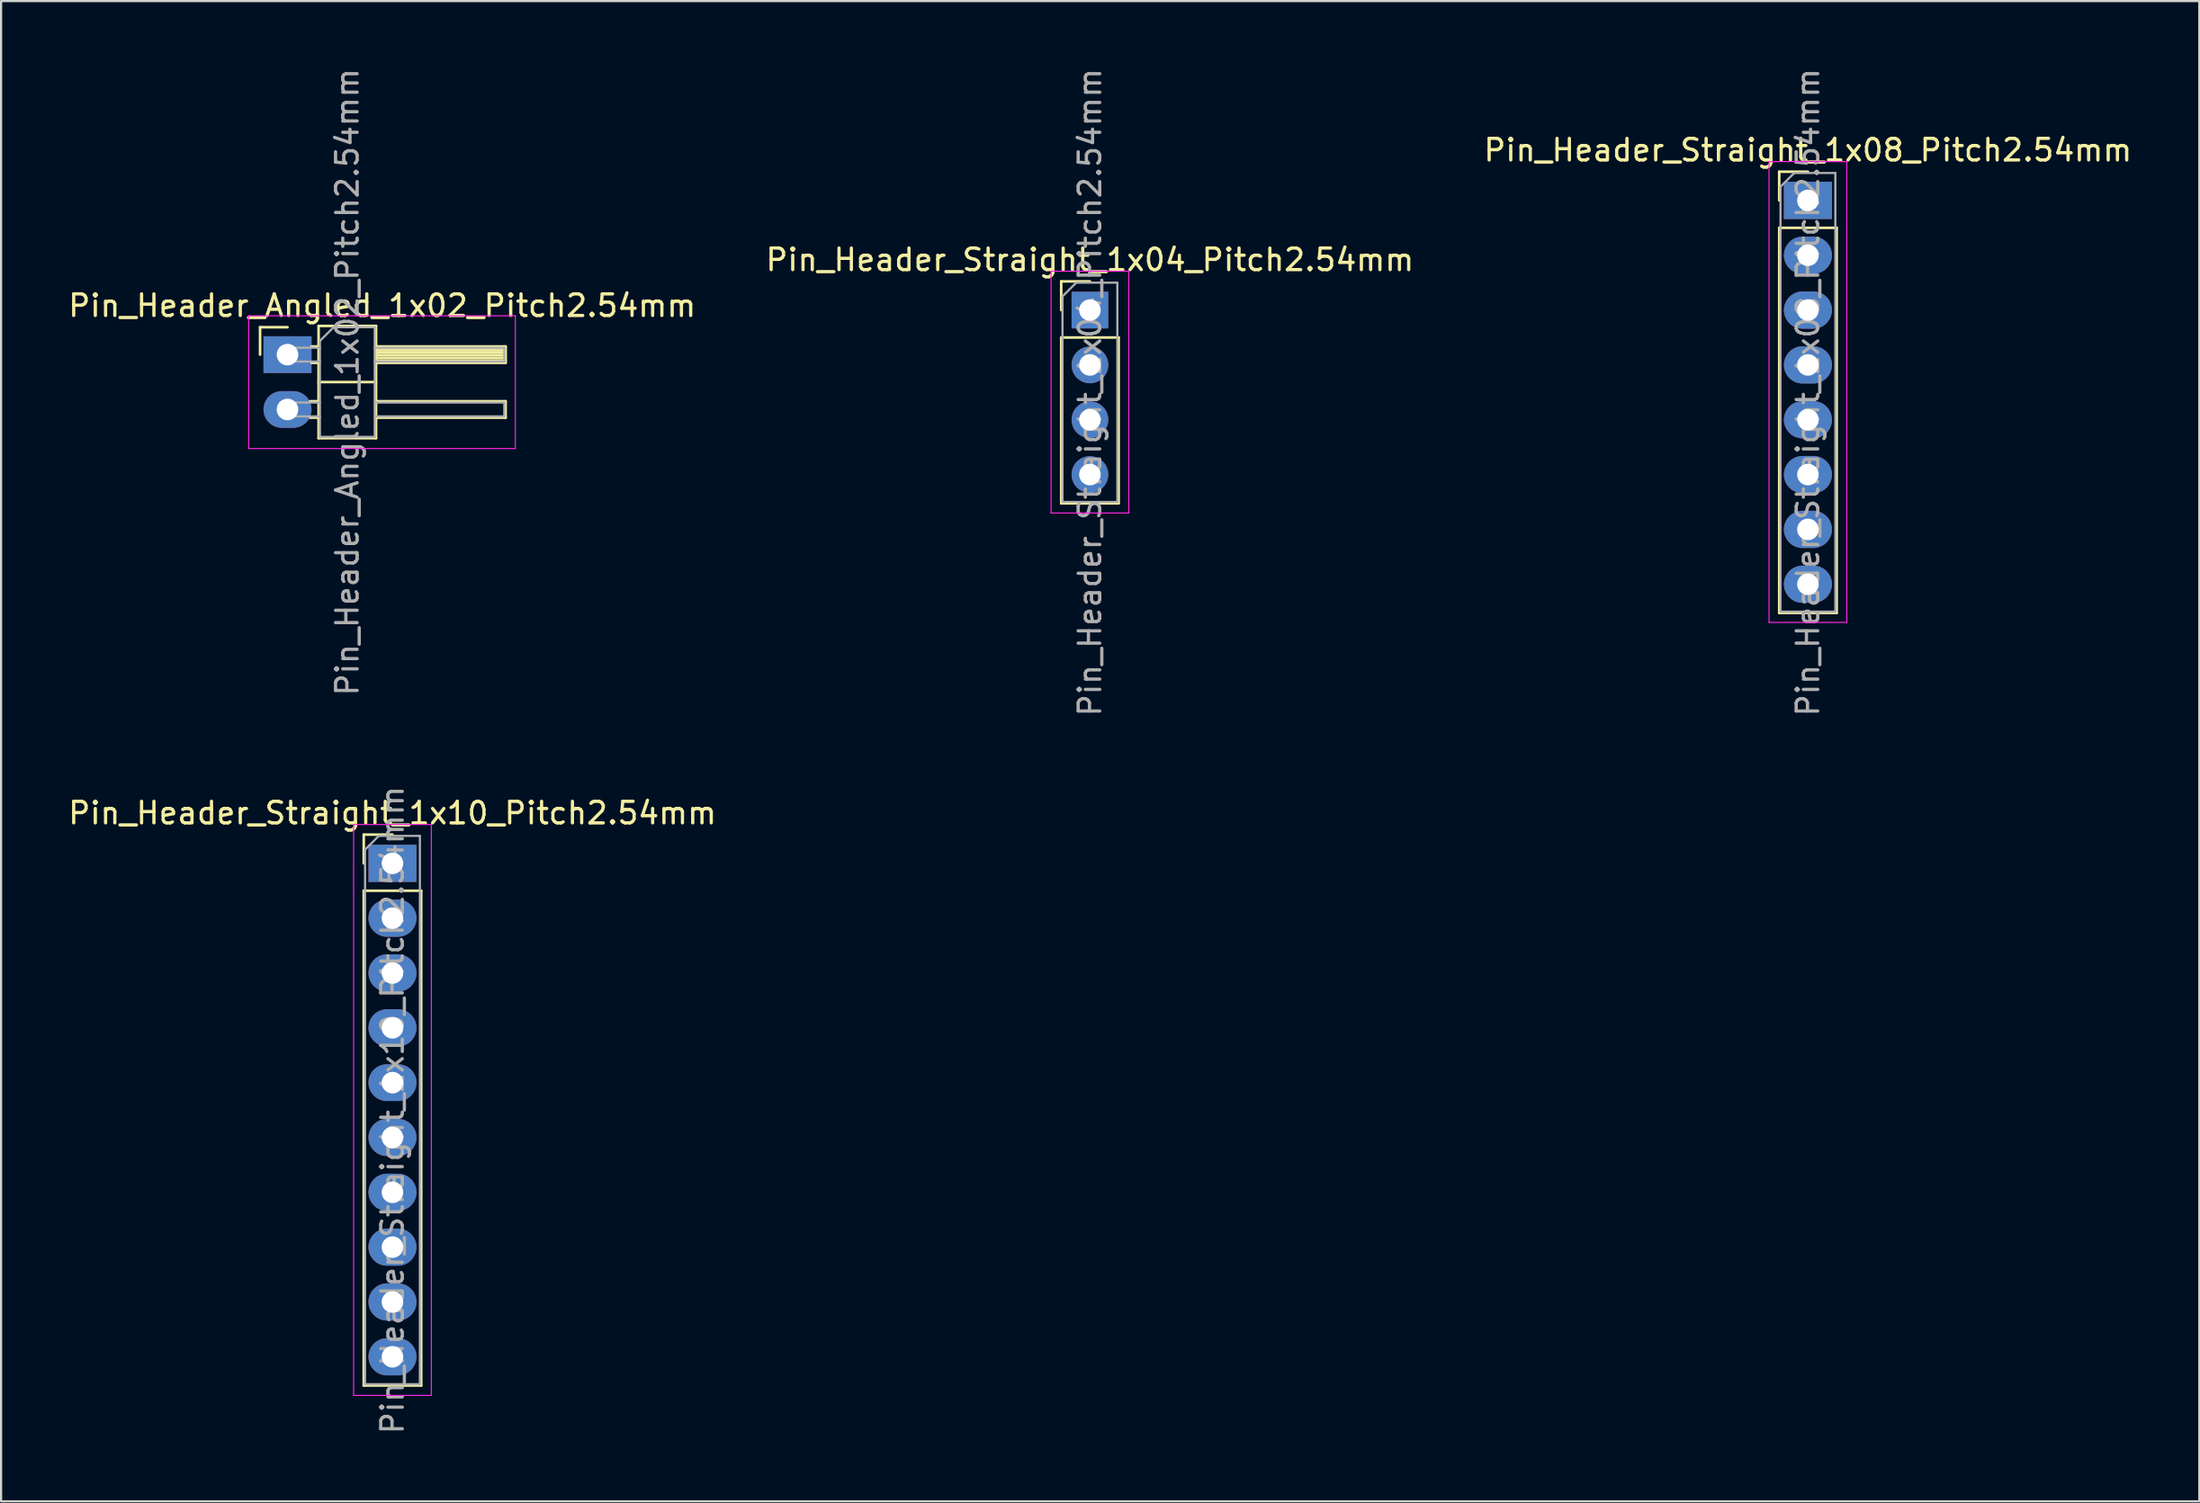
<source format=kicad_pcb>
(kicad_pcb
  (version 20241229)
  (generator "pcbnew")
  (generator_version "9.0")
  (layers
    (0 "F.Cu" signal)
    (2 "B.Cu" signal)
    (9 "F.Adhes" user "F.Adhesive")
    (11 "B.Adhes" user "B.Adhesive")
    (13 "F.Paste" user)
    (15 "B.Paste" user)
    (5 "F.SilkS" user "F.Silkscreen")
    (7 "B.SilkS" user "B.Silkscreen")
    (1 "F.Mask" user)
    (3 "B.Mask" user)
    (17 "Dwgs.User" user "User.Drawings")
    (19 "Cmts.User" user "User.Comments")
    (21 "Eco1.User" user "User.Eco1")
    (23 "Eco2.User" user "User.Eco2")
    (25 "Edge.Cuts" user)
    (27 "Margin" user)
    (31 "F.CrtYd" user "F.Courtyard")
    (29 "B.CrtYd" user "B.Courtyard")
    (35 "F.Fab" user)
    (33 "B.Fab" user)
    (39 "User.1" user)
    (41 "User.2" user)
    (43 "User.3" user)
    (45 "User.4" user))
  (footprint "Pin_Header_Straight_1x08_Pitch2.54mm"
    (layer "F.Cu")
    (at 80.673 6.235)
    (property "Reference" "Pin_Header_Straight_1x08_Pitch2.54mm" (at 0 -2.33 0) (layer "F.SilkS") (effects (font (size 1 1) (thickness 0.15))))
    (attr through_hole)
    (fp_line (start -1.33 -1.33) (end 0 -1.33) (stroke (width 0.12) (type solid)) (layer "F.SilkS"))
    (fp_line (start -1.33 0) (end -1.33 -1.33) (stroke (width 0.12) (type solid)) (layer "F.SilkS"))
    (fp_line (start -1.33 1.27) (end -1.33 19.11) (stroke (width 0.12) (type solid)) (layer "F.SilkS"))
    (fp_line (start -1.33 1.27) (end 1.33 1.27) (stroke (width 0.12) (type solid)) (layer "F.SilkS"))
    (fp_line (start -1.33 19.11) (end 1.33 19.11) (stroke (width 0.12) (type solid)) (layer "F.SilkS"))
    (fp_line (start 1.33 1.27) (end 1.33 19.11) (stroke (width 0.12) (type solid)) (layer "F.SilkS"))
    (fp_line (start -1.8 -1.8) (end -1.8 19.55) (stroke (width 0.05) (type solid)) (layer "F.CrtYd"))
    (fp_line (start -1.8 19.55) (end 1.8 19.55) (stroke (width 0.05) (type solid)) (layer "F.CrtYd"))
    (fp_line (start 1.8 -1.8) (end -1.8 -1.8) (stroke (width 0.05) (type solid)) (layer "F.CrtYd"))
    (fp_line (start 1.8 19.55) (end 1.8 -1.8) (stroke (width 0.05) (type solid)) (layer "F.CrtYd"))
    (fp_line (start -1.27 -0.635) (end -0.635 -1.27) (stroke (width 0.1) (type solid)) (layer "F.Fab"))
    (fp_line (start -1.27 19.05) (end -1.27 -0.635) (stroke (width 0.1) (type solid)) (layer "F.Fab"))
    (fp_line (start -0.635 -1.27) (end 1.27 -1.27) (stroke (width 0.1) (type solid)) (layer "F.Fab"))
    (fp_line (start 1.27 -1.27) (end 1.27 19.05) (stroke (width 0.1) (type solid)) (layer "F.Fab"))
    (fp_line (start 1.27 19.05) (end -1.27 19.05) (stroke (width 0.1) (type solid)) (layer "F.Fab"))
    (fp_text user "${REFERENCE}" (at 0 8.89 90) (layer "F.Fab") (effects (font (size 1 1) (thickness 0.15))))
    (pad "1" thru_hole rect (at 0 0) (size 2.224 1.724) (drill 1) (layers "*.Cu" "*.Mask"))
    (pad "2" thru_hole oval (at 0 2.54) (size 2.224 1.724) (drill 1) (layers "*.Cu" "*.Mask"))
    (pad "3" thru_hole oval (at 0 5.08) (size 2.224 1.724) (drill 1) (layers "*.Cu" "*.Mask"))
    (pad "4" thru_hole oval (at 0 7.62) (size 2.224 1.724) (drill 1) (layers "*.Cu" "*.Mask"))
    (pad "5" thru_hole oval (at 0 10.16) (size 2.224 1.724) (drill 1) (layers "*.Cu" "*.Mask"))
    (pad "6" thru_hole oval (at 0 12.7) (size 2.224 1.724) (drill 1) (layers "*.Cu" "*.Mask"))
    (pad "7" thru_hole oval (at 0 15.24) (size 2.224 1.724) (drill 1) (layers "*.Cu" "*.Mask"))
    (pad "8" thru_hole oval (at 0 17.78) (size 2.224 1.724) (drill 1) (layers "*.Cu" "*.Mask")))
  (footprint "Pin_Header_Straight_1x10_Pitch2.54mm"
    (layer "F.Cu")
    (at 15.125 36.945)
    (property "Reference" "Pin_Header_Straight_1x10_Pitch2.54mm" (at 0 -2.33 0) (layer "F.SilkS") (effects (font (size 1 1) (thickness 0.15))))
    (attr through_hole)
    (fp_line (start -1.33 -1.33) (end 0 -1.33) (stroke (width 0.12) (type solid)) (layer "F.SilkS"))
    (fp_line (start -1.33 0) (end -1.33 -1.33) (stroke (width 0.12) (type solid)) (layer "F.SilkS"))
    (fp_line (start -1.33 1.27) (end -1.33 24.19) (stroke (width 0.12) (type solid)) (layer "F.SilkS"))
    (fp_line (start -1.33 1.27) (end 1.33 1.27) (stroke (width 0.12) (type solid)) (layer "F.SilkS"))
    (fp_line (start -1.33 24.19) (end 1.33 24.19) (stroke (width 0.12) (type solid)) (layer "F.SilkS"))
    (fp_line (start 1.33 1.27) (end 1.33 24.19) (stroke (width 0.12) (type solid)) (layer "F.SilkS"))
    (fp_line (start -1.8 -1.8) (end -1.8 24.65) (stroke (width 0.05) (type solid)) (layer "F.CrtYd"))
    (fp_line (start -1.8 24.65) (end 1.8 24.65) (stroke (width 0.05) (type solid)) (layer "F.CrtYd"))
    (fp_line (start 1.8 -1.8) (end -1.8 -1.8) (stroke (width 0.05) (type solid)) (layer "F.CrtYd"))
    (fp_line (start 1.8 24.65) (end 1.8 -1.8) (stroke (width 0.05) (type solid)) (layer "F.CrtYd"))
    (fp_line (start -1.27 -0.635) (end -0.635 -1.27) (stroke (width 0.1) (type solid)) (layer "F.Fab"))
    (fp_line (start -1.27 24.13) (end -1.27 -0.635) (stroke (width 0.1) (type solid)) (layer "F.Fab"))
    (fp_line (start -0.635 -1.27) (end 1.27 -1.27) (stroke (width 0.1) (type solid)) (layer "F.Fab"))
    (fp_line (start 1.27 -1.27) (end 1.27 24.13) (stroke (width 0.1) (type solid)) (layer "F.Fab"))
    (fp_line (start 1.27 24.13) (end -1.27 24.13) (stroke (width 0.1) (type solid)) (layer "F.Fab"))
    (fp_text user "${REFERENCE}" (at 0 11.43 90) (layer "F.Fab") (effects (font (size 1 1) (thickness 0.15))))
    (pad "1" thru_hole rect (at 0 0) (size 2.224 1.724) (drill 1) (layers "*.Cu" "*.Mask"))
    (pad "2" thru_hole oval (at 0 2.54) (size 2.224 1.724) (drill 1) (layers "*.Cu" "*.Mask"))
    (pad "3" thru_hole oval (at 0 5.08) (size 2.224 1.724) (drill 1) (layers "*.Cu" "*.Mask"))
    (pad "4" thru_hole oval (at 0 7.62) (size 2.224 1.724) (drill 1) (layers "*.Cu" "*.Mask"))
    (pad "5" thru_hole oval (at 0 10.16) (size 2.224 1.7) (drill 1) (layers "*.Cu" "*.Mask"))
    (pad "6" thru_hole oval (at 0 12.7) (size 2.224 1.724) (drill 1) (layers "*.Cu" "*.Mask"))
    (pad "7" thru_hole oval (at 0 15.24) (size 2.224 1.724) (drill 1) (layers "*.Cu" "*.Mask"))
    (pad "8" thru_hole oval (at 0 17.78) (size 2.224 1.724) (drill 1) (layers "*.Cu" "*.Mask"))
    (pad "9" thru_hole oval (at 0 20.32) (size 2.224 1.724) (drill 1) (layers "*.Cu" "*.Mask"))
    (pad "10" thru_hole oval (at 0 22.86) (size 2.224 1.724) (drill 1) (layers "*.Cu" "*.Mask")))
  (footprint "Pin_Header_Straight_1x04_Pitch2.54mm"
    (layer "F.Cu")
    (at 47.423 11.315)
    (property "Reference" "Pin_Header_Straight_1x04_Pitch2.54mm" (at 0 -2.33 0) (layer "F.SilkS") (effects (font (size 1 1) (thickness 0.15))))
    (attr through_hole)
    (fp_line (start -1.33 -1.33) (end 0 -1.33) (stroke (width 0.12) (type solid)) (layer "F.SilkS"))
    (fp_line (start -1.33 0) (end -1.33 -1.33) (stroke (width 0.12) (type solid)) (layer "F.SilkS"))
    (fp_line (start -1.33 1.27) (end -1.33 8.95) (stroke (width 0.12) (type solid)) (layer "F.SilkS"))
    (fp_line (start -1.33 1.27) (end 1.33 1.27) (stroke (width 0.12) (type solid)) (layer "F.SilkS"))
    (fp_line (start -1.33 8.95) (end 1.33 8.95) (stroke (width 0.12) (type solid)) (layer "F.SilkS"))
    (fp_line (start 1.33 1.27) (end 1.33 8.95) (stroke (width 0.12) (type solid)) (layer "F.SilkS"))
    (fp_line (start -1.8 -1.8) (end -1.8 9.4) (stroke (width 0.05) (type solid)) (layer "F.CrtYd"))
    (fp_line (start -1.8 9.4) (end 1.8 9.4) (stroke (width 0.05) (type solid)) (layer "F.CrtYd"))
    (fp_line (start 1.8 -1.8) (end -1.8 -1.8) (stroke (width 0.05) (type solid)) (layer "F.CrtYd"))
    (fp_line (start 1.8 9.4) (end 1.8 -1.8) (stroke (width 0.05) (type solid)) (layer "F.CrtYd"))
    (fp_line (start -1.27 -0.635) (end -0.635 -1.27) (stroke (width 0.1) (type solid)) (layer "F.Fab"))
    (fp_line (start -1.27 8.89) (end -1.27 -0.635) (stroke (width 0.1) (type solid)) (layer "F.Fab"))
    (fp_line (start -0.635 -1.27) (end 1.27 -1.27) (stroke (width 0.1) (type solid)) (layer "F.Fab"))
    (fp_line (start 1.27 -1.27) (end 1.27 8.89) (stroke (width 0.1) (type solid)) (layer "F.Fab"))
    (fp_line (start 1.27 8.89) (end -1.27 8.89) (stroke (width 0.1) (type solid)) (layer "F.Fab"))
    (fp_text user "${REFERENCE}" (at 0 3.81 90) (layer "F.Fab") (effects (font (size 1 1) (thickness 0.15))))
    (pad "1" thru_hole rect (at 0 0) (size 1.7 1.7) (drill 1) (layers "*.Cu" "*.Mask"))
    (pad "2" thru_hole oval (at 0 2.54) (size 1.7 1.7) (drill 1) (layers "*.Cu" "*.Mask"))
    (pad "3" thru_hole oval (at 0 5.08) (size 1.7 1.7) (drill 1) (layers "*.Cu" "*.Mask"))
    (pad "4" thru_hole oval (at 0 7.62) (size 1.7 1.7) (drill 1) (layers "*.Cu" "*.Mask")))
  (footprint "Pin_Header_Angled_1x02_Pitch2.54mm"
    (layer "F.Cu")
    (at 10.264 13.379)
    (property "Reference" "Pin_Header_Angled_1x02_Pitch2.54mm" (at 4.385 -2.27 0) (layer "F.SilkS") (effects (font (size 1 1) (thickness 0.15))))
    (attr through_hole)
    (fp_line (start -1.27 -1.27) (end 0 -1.27) (stroke (width 0.12) (type solid)) (layer "F.SilkS"))
    (fp_line (start -1.27 0) (end -1.27 -1.27) (stroke (width 0.12) (type solid)) (layer "F.SilkS"))
    (fp_line (start 1.043 2.16) (end 1.44 2.16) (stroke (width 0.12) (type solid)) (layer "F.SilkS"))
    (fp_line (start 1.043 2.92) (end 1.44 2.92) (stroke (width 0.12) (type solid)) (layer "F.SilkS"))
    (fp_line (start 1.11 -0.38) (end 1.44 -0.38) (stroke (width 0.12) (type solid)) (layer "F.SilkS"))
    (fp_line (start 1.11 0.38) (end 1.44 0.38) (stroke (width 0.12) (type solid)) (layer "F.SilkS"))
    (fp_line (start 1.44 -1.33) (end 1.44 3.87) (stroke (width 0.12) (type solid)) (layer "F.SilkS"))
    (fp_line (start 1.44 1.27) (end 4.1 1.27) (stroke (width 0.12) (type solid)) (layer "F.SilkS"))
    (fp_line (start 1.44 3.87) (end 4.1 3.87) (stroke (width 0.12) (type solid)) (layer "F.SilkS"))
    (fp_line (start 4.1 -1.33) (end 1.44 -1.33) (stroke (width 0.12) (type solid)) (layer "F.SilkS"))
    (fp_line (start 4.1 -0.38) (end 10.1 -0.38) (stroke (width 0.12) (type solid)) (layer "F.SilkS"))
    (fp_line (start 4.1 -0.32) (end 10.1 -0.32) (stroke (width 0.12) (type solid)) (layer "F.SilkS"))
    (fp_line (start 4.1 -0.2) (end 10.1 -0.2) (stroke (width 0.12) (type solid)) (layer "F.SilkS"))
    (fp_line (start 4.1 -0.08) (end 10.1 -0.08) (stroke (width 0.12) (type solid)) (layer "F.SilkS"))
    (fp_line (start 4.1 0.04) (end 10.1 0.04) (stroke (width 0.12) (type solid)) (layer "F.SilkS"))
    (fp_line (start 4.1 0.16) (end 10.1 0.16) (stroke (width 0.12) (type solid)) (layer "F.SilkS"))
    (fp_line (start 4.1 0.28) (end 10.1 0.28) (stroke (width 0.12) (type solid)) (layer "F.SilkS"))
    (fp_line (start 4.1 2.16) (end 10.1 2.16) (stroke (width 0.12) (type solid)) (layer "F.SilkS"))
    (fp_line (start 4.1 3.87) (end 4.1 -1.33) (stroke (width 0.12) (type solid)) (layer "F.SilkS"))
    (fp_line (start 10.1 -0.38) (end 10.1 0.38) (stroke (width 0.12) (type solid)) (layer "F.SilkS"))
    (fp_line (start 10.1 0.38) (end 4.1 0.38) (stroke (width 0.12) (type solid)) (layer "F.SilkS"))
    (fp_line (start 10.1 2.16) (end 10.1 2.92) (stroke (width 0.12) (type solid)) (layer "F.SilkS"))
    (fp_line (start 10.1 2.92) (end 4.1 2.92) (stroke (width 0.12) (type solid)) (layer "F.SilkS"))
    (fp_line (start -1.8 -1.8) (end -1.8 4.35) (stroke (width 0.05) (type solid)) (layer "F.CrtYd"))
    (fp_line (start -1.8 4.35) (end 10.55 4.35) (stroke (width 0.05) (type solid)) (layer "F.CrtYd"))
    (fp_line (start 10.55 -1.8) (end -1.8 -1.8) (stroke (width 0.05) (type solid)) (layer "F.CrtYd"))
    (fp_line (start 10.55 4.35) (end 10.55 -1.8) (stroke (width 0.05) (type solid)) (layer "F.CrtYd"))
    (fp_line (start -0.32 -0.32) (end -0.32 0.32) (stroke (width 0.1) (type solid)) (layer "F.Fab"))
    (fp_line (start -0.32 -0.32) (end 1.5 -0.32) (stroke (width 0.1) (type solid)) (layer "F.Fab"))
    (fp_line (start -0.32 0.32) (end 1.5 0.32) (stroke (width 0.1) (type solid)) (layer "F.Fab"))
    (fp_line (start -0.32 2.22) (end -0.32 2.86) (stroke (width 0.1) (type solid)) (layer "F.Fab"))
    (fp_line (start -0.32 2.22) (end 1.5 2.22) (stroke (width 0.1) (type solid)) (layer "F.Fab"))
    (fp_line (start -0.32 2.86) (end 1.5 2.86) (stroke (width 0.1) (type solid)) (layer "F.Fab"))
    (fp_line (start 1.5 -0.635) (end 2.135 -1.27) (stroke (width 0.1) (type solid)) (layer "F.Fab"))
    (fp_line (start 1.5 3.81) (end 1.5 -0.635) (stroke (width 0.1) (type solid)) (layer "F.Fab"))
    (fp_line (start 2.135 -1.27) (end 4.04 -1.27) (stroke (width 0.1) (type solid)) (layer "F.Fab"))
    (fp_line (start 4.04 -1.27) (end 4.04 3.81) (stroke (width 0.1) (type solid)) (layer "F.Fab"))
    (fp_line (start 4.04 -0.32) (end 10.04 -0.32) (stroke (width 0.1) (type solid)) (layer "F.Fab"))
    (fp_line (start 4.04 0.32) (end 10.04 0.32) (stroke (width 0.1) (type solid)) (layer "F.Fab"))
    (fp_line (start 4.04 2.22) (end 10.04 2.22) (stroke (width 0.1) (type solid)) (layer "F.Fab"))
    (fp_line (start 4.04 2.86) (end 10.04 2.86) (stroke (width 0.1) (type solid)) (layer "F.Fab"))
    (fp_line (start 4.04 3.81) (end 1.5 3.81) (stroke (width 0.1) (type solid)) (layer "F.Fab"))
    (fp_line (start 10.04 -0.32) (end 10.04 0.32) (stroke (width 0.1) (type solid)) (layer "F.Fab"))
    (fp_line (start 10.04 2.22) (end 10.04 2.86) (stroke (width 0.1) (type solid)) (layer "F.Fab"))
    (fp_text user "${REFERENCE}" (at 2.77 1.27 90) (layer "F.Fab") (effects (font (size 1 1) (thickness 0.15))))
    (pad "1" thru_hole rect (at 0 0) (size 2.224 1.7) (drill 1) (layers "*.Cu" "*.Mask"))
    (pad "2" thru_hole oval (at 0 2.54) (size 2.224 1.7) (drill 1) (layers "*.Cu" "*.Mask")))
  (gr_rect
    (start -3 -3)
    (end 98.798 66.5)
    (stroke (width 0.1) (type default))
    (fill no)
    (layer "Edge.Cuts")))
</source>
